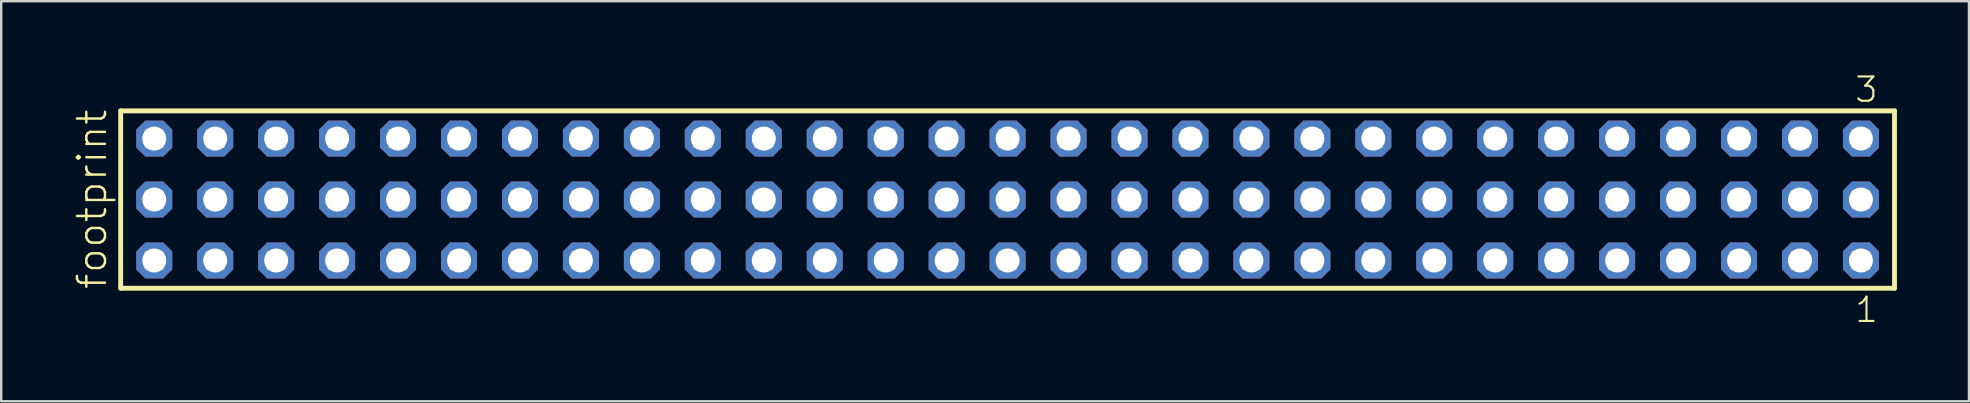
<source format=kicad_pcb>
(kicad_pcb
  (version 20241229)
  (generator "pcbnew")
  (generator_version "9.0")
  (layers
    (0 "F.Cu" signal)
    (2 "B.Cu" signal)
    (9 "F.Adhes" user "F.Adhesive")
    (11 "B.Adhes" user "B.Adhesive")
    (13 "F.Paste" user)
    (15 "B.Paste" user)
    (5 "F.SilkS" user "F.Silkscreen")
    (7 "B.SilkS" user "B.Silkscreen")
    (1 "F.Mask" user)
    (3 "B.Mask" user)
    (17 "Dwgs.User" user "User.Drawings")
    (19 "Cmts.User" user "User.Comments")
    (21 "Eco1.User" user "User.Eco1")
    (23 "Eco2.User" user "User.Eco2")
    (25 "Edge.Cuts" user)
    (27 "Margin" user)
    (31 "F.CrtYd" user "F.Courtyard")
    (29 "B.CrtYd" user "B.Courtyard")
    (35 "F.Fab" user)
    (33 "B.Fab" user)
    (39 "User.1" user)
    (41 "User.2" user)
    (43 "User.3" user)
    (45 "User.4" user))
  (footprint "footprint"
    (layer "F.Cu")
    (at 38.938 5.265)
    (property "Reference" "footprint" (at -37.465 3.81 90) (layer "F.SilkS") (effects (font (size 1.168 1.168) (thickness 0.102)) (justify left bottom)))
    (fp_line (start -36.959 -3.695) (end 36.959 -3.695) (stroke (width 0.203) (type solid)) (layer "F.SilkS"))
    (fp_line (start -36.959 3.695) (end -36.959 -3.695) (stroke (width 0.203) (type solid)) (layer "F.SilkS"))
    (fp_line (start 36.959 -3.695) (end 36.959 3.695) (stroke (width 0.203) (type solid)) (layer "F.SilkS"))
    (fp_line (start 36.959 3.695) (end -36.959 3.695) (stroke (width 0.203) (type solid)) (layer "F.SilkS"))
    (fp_poly (pts (xy -35.91 -2.19) (xy -35.21 -2.19) (xy -35.21 -2.89) (xy -35.91 -2.89)) (stroke (width 0.1) (type solid)) (fill no) (layer "F.Fab"))
    (fp_poly (pts (xy -35.91 0.35) (xy -35.21 0.35) (xy -35.21 -0.35) (xy -35.91 -0.35)) (stroke (width 0.1) (type solid)) (fill no) (layer "F.Fab"))
    (fp_poly (pts (xy -35.91 2.89) (xy -35.21 2.89) (xy -35.21 2.19) (xy -35.91 2.19)) (stroke (width 0.1) (type solid)) (fill no) (layer "F.Fab"))
    (fp_poly (pts (xy -33.37 -2.19) (xy -32.67 -2.19) (xy -32.67 -2.89) (xy -33.37 -2.89)) (stroke (width 0.1) (type solid)) (fill no) (layer "F.Fab"))
    (fp_poly (pts (xy -33.37 0.35) (xy -32.67 0.35) (xy -32.67 -0.35) (xy -33.37 -0.35)) (stroke (width 0.1) (type solid)) (fill no) (layer "F.Fab"))
    (fp_poly (pts (xy -33.37 2.89) (xy -32.67 2.89) (xy -32.67 2.19) (xy -33.37 2.19)) (stroke (width 0.1) (type solid)) (fill no) (layer "F.Fab"))
    (fp_poly (pts (xy -30.83 -2.19) (xy -30.13 -2.19) (xy -30.13 -2.89) (xy -30.83 -2.89)) (stroke (width 0.1) (type solid)) (fill no) (layer "F.Fab"))
    (fp_poly (pts (xy -30.83 0.35) (xy -30.13 0.35) (xy -30.13 -0.35) (xy -30.83 -0.35)) (stroke (width 0.1) (type solid)) (fill no) (layer "F.Fab"))
    (fp_poly (pts (xy -30.83 2.89) (xy -30.13 2.89) (xy -30.13 2.19) (xy -30.83 2.19)) (stroke (width 0.1) (type solid)) (fill no) (layer "F.Fab"))
    (fp_poly (pts (xy -28.29 -2.19) (xy -27.59 -2.19) (xy -27.59 -2.89) (xy -28.29 -2.89)) (stroke (width 0.1) (type solid)) (fill no) (layer "F.Fab"))
    (fp_poly (pts (xy -28.29 0.35) (xy -27.59 0.35) (xy -27.59 -0.35) (xy -28.29 -0.35)) (stroke (width 0.1) (type solid)) (fill no) (layer "F.Fab"))
    (fp_poly (pts (xy -28.29 2.89) (xy -27.59 2.89) (xy -27.59 2.19) (xy -28.29 2.19)) (stroke (width 0.1) (type solid)) (fill no) (layer "F.Fab"))
    (fp_poly (pts (xy -25.75 -2.19) (xy -25.05 -2.19) (xy -25.05 -2.89) (xy -25.75 -2.89)) (stroke (width 0.1) (type solid)) (fill no) (layer "F.Fab"))
    (fp_poly (pts (xy -25.75 0.35) (xy -25.05 0.35) (xy -25.05 -0.35) (xy -25.75 -0.35)) (stroke (width 0.1) (type solid)) (fill no) (layer "F.Fab"))
    (fp_poly (pts (xy -25.75 2.89) (xy -25.05 2.89) (xy -25.05 2.19) (xy -25.75 2.19)) (stroke (width 0.1) (type solid)) (fill no) (layer "F.Fab"))
    (fp_poly (pts (xy -23.21 -2.19) (xy -22.51 -2.19) (xy -22.51 -2.89) (xy -23.21 -2.89)) (stroke (width 0.1) (type solid)) (fill no) (layer "F.Fab"))
    (fp_poly (pts (xy -23.21 0.35) (xy -22.51 0.35) (xy -22.51 -0.35) (xy -23.21 -0.35)) (stroke (width 0.1) (type solid)) (fill no) (layer "F.Fab"))
    (fp_poly (pts (xy -23.21 2.89) (xy -22.51 2.89) (xy -22.51 2.19) (xy -23.21 2.19)) (stroke (width 0.1) (type solid)) (fill no) (layer "F.Fab"))
    (fp_poly (pts (xy -20.67 -2.19) (xy -19.97 -2.19) (xy -19.97 -2.89) (xy -20.67 -2.89)) (stroke (width 0.1) (type solid)) (fill no) (layer "F.Fab"))
    (fp_poly (pts (xy -20.67 0.35) (xy -19.97 0.35) (xy -19.97 -0.35) (xy -20.67 -0.35)) (stroke (width 0.1) (type solid)) (fill no) (layer "F.Fab"))
    (fp_poly (pts (xy -20.67 2.89) (xy -19.97 2.89) (xy -19.97 2.19) (xy -20.67 2.19)) (stroke (width 0.1) (type solid)) (fill no) (layer "F.Fab"))
    (fp_poly (pts (xy -18.13 -2.19) (xy -17.43 -2.19) (xy -17.43 -2.89) (xy -18.13 -2.89)) (stroke (width 0.1) (type solid)) (fill no) (layer "F.Fab"))
    (fp_poly (pts (xy -18.13 0.35) (xy -17.43 0.35) (xy -17.43 -0.35) (xy -18.13 -0.35)) (stroke (width 0.1) (type solid)) (fill no) (layer "F.Fab"))
    (fp_poly (pts (xy -18.13 2.89) (xy -17.43 2.89) (xy -17.43 2.19) (xy -18.13 2.19)) (stroke (width 0.1) (type solid)) (fill no) (layer "F.Fab"))
    (fp_poly (pts (xy -15.59 -2.19) (xy -14.89 -2.19) (xy -14.89 -2.89) (xy -15.59 -2.89)) (stroke (width 0.1) (type solid)) (fill no) (layer "F.Fab"))
    (fp_poly (pts (xy -15.59 0.35) (xy -14.89 0.35) (xy -14.89 -0.35) (xy -15.59 -0.35)) (stroke (width 0.1) (type solid)) (fill no) (layer "F.Fab"))
    (fp_poly (pts (xy -15.59 2.89) (xy -14.89 2.89) (xy -14.89 2.19) (xy -15.59 2.19)) (stroke (width 0.1) (type solid)) (fill no) (layer "F.Fab"))
    (fp_poly (pts (xy -13.05 -2.19) (xy -12.35 -2.19) (xy -12.35 -2.89) (xy -13.05 -2.89)) (stroke (width 0.1) (type solid)) (fill no) (layer "F.Fab"))
    (fp_poly (pts (xy -13.05 0.35) (xy -12.35 0.35) (xy -12.35 -0.35) (xy -13.05 -0.35)) (stroke (width 0.1) (type solid)) (fill no) (layer "F.Fab"))
    (fp_poly (pts (xy -13.05 2.89) (xy -12.35 2.89) (xy -12.35 2.19) (xy -13.05 2.19)) (stroke (width 0.1) (type solid)) (fill no) (layer "F.Fab"))
    (fp_poly (pts (xy -10.51 -2.19) (xy -9.81 -2.19) (xy -9.81 -2.89) (xy -10.51 -2.89)) (stroke (width 0.1) (type solid)) (fill no) (layer "F.Fab"))
    (fp_poly (pts (xy -10.51 0.35) (xy -9.81 0.35) (xy -9.81 -0.35) (xy -10.51 -0.35)) (stroke (width 0.1) (type solid)) (fill no) (layer "F.Fab"))
    (fp_poly (pts (xy -10.51 2.89) (xy -9.81 2.89) (xy -9.81 2.19) (xy -10.51 2.19)) (stroke (width 0.1) (type solid)) (fill no) (layer "F.Fab"))
    (fp_poly (pts (xy -7.97 -2.19) (xy -7.27 -2.19) (xy -7.27 -2.89) (xy -7.97 -2.89)) (stroke (width 0.1) (type solid)) (fill no) (layer "F.Fab"))
    (fp_poly (pts (xy -7.97 0.35) (xy -7.27 0.35) (xy -7.27 -0.35) (xy -7.97 -0.35)) (stroke (width 0.1) (type solid)) (fill no) (layer "F.Fab"))
    (fp_poly (pts (xy -7.97 2.89) (xy -7.27 2.89) (xy -7.27 2.19) (xy -7.97 2.19)) (stroke (width 0.1) (type solid)) (fill no) (layer "F.Fab"))
    (fp_poly (pts (xy -5.43 -2.19) (xy -4.73 -2.19) (xy -4.73 -2.89) (xy -5.43 -2.89)) (stroke (width 0.1) (type solid)) (fill no) (layer "F.Fab"))
    (fp_poly (pts (xy -5.43 0.35) (xy -4.73 0.35) (xy -4.73 -0.35) (xy -5.43 -0.35)) (stroke (width 0.1) (type solid)) (fill no) (layer "F.Fab"))
    (fp_poly (pts (xy -5.43 2.89) (xy -4.73 2.89) (xy -4.73 2.19) (xy -5.43 2.19)) (stroke (width 0.1) (type solid)) (fill no) (layer "F.Fab"))
    (fp_poly (pts (xy -2.89 -2.19) (xy -2.19 -2.19) (xy -2.19 -2.89) (xy -2.89 -2.89)) (stroke (width 0.1) (type solid)) (fill no) (layer "F.Fab"))
    (fp_poly (pts (xy -2.89 0.35) (xy -2.19 0.35) (xy -2.19 -0.35) (xy -2.89 -0.35)) (stroke (width 0.1) (type solid)) (fill no) (layer "F.Fab"))
    (fp_poly (pts (xy -2.89 2.89) (xy -2.19 2.89) (xy -2.19 2.19) (xy -2.89 2.19)) (stroke (width 0.1) (type solid)) (fill no) (layer "F.Fab"))
    (fp_poly (pts (xy -0.35 -2.19) (xy 0.35 -2.19) (xy 0.35 -2.89) (xy -0.35 -2.89)) (stroke (width 0.1) (type solid)) (fill no) (layer "F.Fab"))
    (fp_poly (pts (xy -0.35 0.35) (xy 0.35 0.35) (xy 0.35 -0.35) (xy -0.35 -0.35)) (stroke (width 0.1) (type solid)) (fill no) (layer "F.Fab"))
    (fp_poly (pts (xy -0.35 2.89) (xy 0.35 2.89) (xy 0.35 2.19) (xy -0.35 2.19)) (stroke (width 0.1) (type solid)) (fill no) (layer "F.Fab"))
    (fp_poly (pts (xy 2.19 -2.19) (xy 2.89 -2.19) (xy 2.89 -2.89) (xy 2.19 -2.89)) (stroke (width 0.1) (type solid)) (fill no) (layer "F.Fab"))
    (fp_poly (pts (xy 2.19 0.35) (xy 2.89 0.35) (xy 2.89 -0.35) (xy 2.19 -0.35)) (stroke (width 0.1) (type solid)) (fill no) (layer "F.Fab"))
    (fp_poly (pts (xy 2.19 2.89) (xy 2.89 2.89) (xy 2.89 2.19) (xy 2.19 2.19)) (stroke (width 0.1) (type solid)) (fill no) (layer "F.Fab"))
    (fp_poly (pts (xy 4.73 -2.19) (xy 5.43 -2.19) (xy 5.43 -2.89) (xy 4.73 -2.89)) (stroke (width 0.1) (type solid)) (fill no) (layer "F.Fab"))
    (fp_poly (pts (xy 4.73 0.35) (xy 5.43 0.35) (xy 5.43 -0.35) (xy 4.73 -0.35)) (stroke (width 0.1) (type solid)) (fill no) (layer "F.Fab"))
    (fp_poly (pts (xy 4.73 2.89) (xy 5.43 2.89) (xy 5.43 2.19) (xy 4.73 2.19)) (stroke (width 0.1) (type solid)) (fill no) (layer "F.Fab"))
    (fp_poly (pts (xy 7.27 -2.19) (xy 7.97 -2.19) (xy 7.97 -2.89) (xy 7.27 -2.89)) (stroke (width 0.1) (type solid)) (fill no) (layer "F.Fab"))
    (fp_poly (pts (xy 7.27 0.35) (xy 7.97 0.35) (xy 7.97 -0.35) (xy 7.27 -0.35)) (stroke (width 0.1) (type solid)) (fill no) (layer "F.Fab"))
    (fp_poly (pts (xy 7.27 2.89) (xy 7.97 2.89) (xy 7.97 2.19) (xy 7.27 2.19)) (stroke (width 0.1) (type solid)) (fill no) (layer "F.Fab"))
    (fp_poly (pts (xy 9.81 -2.19) (xy 10.51 -2.19) (xy 10.51 -2.89) (xy 9.81 -2.89)) (stroke (width 0.1) (type solid)) (fill no) (layer "F.Fab"))
    (fp_poly (pts (xy 9.81 0.35) (xy 10.51 0.35) (xy 10.51 -0.35) (xy 9.81 -0.35)) (stroke (width 0.1) (type solid)) (fill no) (layer "F.Fab"))
    (fp_poly (pts (xy 9.81 2.89) (xy 10.51 2.89) (xy 10.51 2.19) (xy 9.81 2.19)) (stroke (width 0.1) (type solid)) (fill no) (layer "F.Fab"))
    (fp_poly (pts (xy 12.35 -2.19) (xy 13.05 -2.19) (xy 13.05 -2.89) (xy 12.35 -2.89)) (stroke (width 0.1) (type solid)) (fill no) (layer "F.Fab"))
    (fp_poly (pts (xy 12.35 0.35) (xy 13.05 0.35) (xy 13.05 -0.35) (xy 12.35 -0.35)) (stroke (width 0.1) (type solid)) (fill no) (layer "F.Fab"))
    (fp_poly (pts (xy 12.35 2.89) (xy 13.05 2.89) (xy 13.05 2.19) (xy 12.35 2.19)) (stroke (width 0.1) (type solid)) (fill no) (layer "F.Fab"))
    (fp_poly (pts (xy 14.89 -2.19) (xy 15.59 -2.19) (xy 15.59 -2.89) (xy 14.89 -2.89)) (stroke (width 0.1) (type solid)) (fill no) (layer "F.Fab"))
    (fp_poly (pts (xy 14.89 0.35) (xy 15.59 0.35) (xy 15.59 -0.35) (xy 14.89 -0.35)) (stroke (width 0.1) (type solid)) (fill no) (layer "F.Fab"))
    (fp_poly (pts (xy 14.89 2.89) (xy 15.59 2.89) (xy 15.59 2.19) (xy 14.89 2.19)) (stroke (width 0.1) (type solid)) (fill no) (layer "F.Fab"))
    (fp_poly (pts (xy 17.43 -2.19) (xy 18.13 -2.19) (xy 18.13 -2.89) (xy 17.43 -2.89)) (stroke (width 0.1) (type solid)) (fill no) (layer "F.Fab"))
    (fp_poly (pts (xy 17.43 0.35) (xy 18.13 0.35) (xy 18.13 -0.35) (xy 17.43 -0.35)) (stroke (width 0.1) (type solid)) (fill no) (layer "F.Fab"))
    (fp_poly (pts (xy 17.43 2.89) (xy 18.13 2.89) (xy 18.13 2.19) (xy 17.43 2.19)) (stroke (width 0.1) (type solid)) (fill no) (layer "F.Fab"))
    (fp_poly (pts (xy 19.97 -2.19) (xy 20.67 -2.19) (xy 20.67 -2.89) (xy 19.97 -2.89)) (stroke (width 0.1) (type solid)) (fill no) (layer "F.Fab"))
    (fp_poly (pts (xy 19.97 0.35) (xy 20.67 0.35) (xy 20.67 -0.35) (xy 19.97 -0.35)) (stroke (width 0.1) (type solid)) (fill no) (layer "F.Fab"))
    (fp_poly (pts (xy 19.97 2.89) (xy 20.67 2.89) (xy 20.67 2.19) (xy 19.97 2.19)) (stroke (width 0.1) (type solid)) (fill no) (layer "F.Fab"))
    (fp_poly (pts (xy 22.51 -2.19) (xy 23.21 -2.19) (xy 23.21 -2.89) (xy 22.51 -2.89)) (stroke (width 0.1) (type solid)) (fill no) (layer "F.Fab"))
    (fp_poly (pts (xy 22.51 0.35) (xy 23.21 0.35) (xy 23.21 -0.35) (xy 22.51 -0.35)) (stroke (width 0.1) (type solid)) (fill no) (layer "F.Fab"))
    (fp_poly (pts (xy 22.51 2.89) (xy 23.21 2.89) (xy 23.21 2.19) (xy 22.51 2.19)) (stroke (width 0.1) (type solid)) (fill no) (layer "F.Fab"))
    (fp_poly (pts (xy 25.05 -2.19) (xy 25.75 -2.19) (xy 25.75 -2.89) (xy 25.05 -2.89)) (stroke (width 0.1) (type solid)) (fill no) (layer "F.Fab"))
    (fp_poly (pts (xy 25.05 0.35) (xy 25.75 0.35) (xy 25.75 -0.35) (xy 25.05 -0.35)) (stroke (width 0.1) (type solid)) (fill no) (layer "F.Fab"))
    (fp_poly (pts (xy 25.05 2.89) (xy 25.75 2.89) (xy 25.75 2.19) (xy 25.05 2.19)) (stroke (width 0.1) (type solid)) (fill no) (layer "F.Fab"))
    (fp_poly (pts (xy 27.59 -2.19) (xy 28.29 -2.19) (xy 28.29 -2.89) (xy 27.59 -2.89)) (stroke (width 0.1) (type solid)) (fill no) (layer "F.Fab"))
    (fp_poly (pts (xy 27.59 0.35) (xy 28.29 0.35) (xy 28.29 -0.35) (xy 27.59 -0.35)) (stroke (width 0.1) (type solid)) (fill no) (layer "F.Fab"))
    (fp_poly (pts (xy 27.59 2.89) (xy 28.29 2.89) (xy 28.29 2.19) (xy 27.59 2.19)) (stroke (width 0.1) (type solid)) (fill no) (layer "F.Fab"))
    (fp_poly (pts (xy 30.13 -2.19) (xy 30.83 -2.19) (xy 30.83 -2.89) (xy 30.13 -2.89)) (stroke (width 0.1) (type solid)) (fill no) (layer "F.Fab"))
    (fp_poly (pts (xy 30.13 0.35) (xy 30.83 0.35) (xy 30.83 -0.35) (xy 30.13 -0.35)) (stroke (width 0.1) (type solid)) (fill no) (layer "F.Fab"))
    (fp_poly (pts (xy 30.13 2.89) (xy 30.83 2.89) (xy 30.83 2.19) (xy 30.13 2.19)) (stroke (width 0.1) (type solid)) (fill no) (layer "F.Fab"))
    (fp_poly (pts (xy 32.67 -2.19) (xy 33.37 -2.19) (xy 33.37 -2.89) (xy 32.67 -2.89)) (stroke (width 0.1) (type solid)) (fill no) (layer "F.Fab"))
    (fp_poly (pts (xy 32.67 0.35) (xy 33.37 0.35) (xy 33.37 -0.35) (xy 32.67 -0.35)) (stroke (width 0.1) (type solid)) (fill no) (layer "F.Fab"))
    (fp_poly (pts (xy 32.67 2.89) (xy 33.37 2.89) (xy 33.37 2.19) (xy 32.67 2.19)) (stroke (width 0.1) (type solid)) (fill no) (layer "F.Fab"))
    (fp_poly (pts (xy 35.21 -2.19) (xy 35.91 -2.19) (xy 35.91 -2.89) (xy 35.21 -2.89)) (stroke (width 0.1) (type solid)) (fill no) (layer "F.Fab"))
    (fp_poly (pts (xy 35.21 0.35) (xy 35.91 0.35) (xy 35.91 -0.35) (xy 35.21 -0.35)) (stroke (width 0.1) (type solid)) (fill no) (layer "F.Fab"))
    (fp_poly (pts (xy 35.21 2.89) (xy 35.91 2.89) (xy 35.91 2.19) (xy 35.21 2.19)) (stroke (width 0.1) (type solid)) (fill no) (layer "F.Fab"))
    (fp_text user "3" (at 35.248 -3.989 0) (layer "F.SilkS") (effects (font (size 1.012 1.012) (thickness 0.088)) (justify left bottom)))
    (fp_text user "1" (at 35.252 5.188 0) (layer "F.SilkS") (effects (font (size 1.012 1.012) (thickness 0.088)) (justify left bottom)))
    (pad "1" thru_hole roundrect (at 35.56 2.54 180) (size 1.5 1.5) (drill 1) (layers "*.Cu" "*.Mask") (roundrect_rratio 0.25) (chamfer_ratio 0.25) (chamfer top_left top_right bottom_left bottom_right))
    (pad "2" thru_hole roundrect (at 35.56 0 180) (size 1.5 1.5) (drill 1) (layers "*.Cu" "*.Mask") (roundrect_rratio 0.25) (chamfer_ratio 0.25) (chamfer top_left top_right bottom_left bottom_right))
    (pad "3" thru_hole roundrect (at 35.56 -2.54 180) (size 1.5 1.5) (drill 1) (layers "*.Cu" "*.Mask") (roundrect_rratio 0.25) (chamfer_ratio 0.25) (chamfer top_left top_right bottom_left bottom_right))
    (pad "4" thru_hole roundrect (at 33.02 2.54 180) (size 1.5 1.5) (drill 1) (layers "*.Cu" "*.Mask") (roundrect_rratio 0.25) (chamfer_ratio 0.25) (chamfer top_left top_right bottom_left bottom_right))
    (pad "5" thru_hole roundrect (at 33.02 0 180) (size 1.5 1.5) (drill 1) (layers "*.Cu" "*.Mask") (roundrect_rratio 0.25) (chamfer_ratio 0.25) (chamfer top_left top_right bottom_left bottom_right))
    (pad "6" thru_hole roundrect (at 33.02 -2.54 180) (size 1.5 1.5) (drill 1) (layers "*.Cu" "*.Mask") (roundrect_rratio 0.25) (chamfer_ratio 0.25) (chamfer top_left top_right bottom_left bottom_right))
    (pad "7" thru_hole roundrect (at 30.48 2.54 180) (size 1.5 1.5) (drill 1) (layers "*.Cu" "*.Mask") (roundrect_rratio 0.25) (chamfer_ratio 0.25) (chamfer top_left top_right bottom_left bottom_right))
    (pad "8" thru_hole roundrect (at 30.48 0 180) (size 1.5 1.5) (drill 1) (layers "*.Cu" "*.Mask") (roundrect_rratio 0.25) (chamfer_ratio 0.25) (chamfer top_left top_right bottom_left bottom_right))
    (pad "9" thru_hole roundrect (at 30.48 -2.54 180) (size 1.5 1.5) (drill 1) (layers "*.Cu" "*.Mask") (roundrect_rratio 0.25) (chamfer_ratio 0.25) (chamfer top_left top_right bottom_left bottom_right))
    (pad "10" thru_hole roundrect (at 27.94 2.54 180) (size 1.5 1.5) (drill 1) (layers "*.Cu" "*.Mask") (roundrect_rratio 0.25) (chamfer_ratio 0.25) (chamfer top_left top_right bottom_left bottom_right))
    (pad "11" thru_hole roundrect (at 27.94 0 180) (size 1.5 1.5) (drill 1) (layers "*.Cu" "*.Mask") (roundrect_rratio 0.25) (chamfer_ratio 0.25) (chamfer top_left top_right bottom_left bottom_right))
    (pad "12" thru_hole roundrect (at 27.94 -2.54 180) (size 1.5 1.5) (drill 1) (layers "*.Cu" "*.Mask") (roundrect_rratio 0.25) (chamfer_ratio 0.25) (chamfer top_left top_right bottom_left bottom_right))
    (pad "13" thru_hole roundrect (at 25.4 2.54 180) (size 1.5 1.5) (drill 1) (layers "*.Cu" "*.Mask") (roundrect_rratio 0.25) (chamfer_ratio 0.25) (chamfer top_left top_right bottom_left bottom_right))
    (pad "14" thru_hole roundrect (at 25.4 0 180) (size 1.5 1.5) (drill 1) (layers "*.Cu" "*.Mask") (roundrect_rratio 0.25) (chamfer_ratio 0.25) (chamfer top_left top_right bottom_left bottom_right))
    (pad "15" thru_hole roundrect (at 25.4 -2.54 180) (size 1.5 1.5) (drill 1) (layers "*.Cu" "*.Mask") (roundrect_rratio 0.25) (chamfer_ratio 0.25) (chamfer top_left top_right bottom_left bottom_right))
    (pad "16" thru_hole roundrect (at 22.86 2.54 180) (size 1.5 1.5) (drill 1) (layers "*.Cu" "*.Mask") (roundrect_rratio 0.25) (chamfer_ratio 0.25) (chamfer top_left top_right bottom_left bottom_right))
    (pad "17" thru_hole roundrect (at 22.86 0 180) (size 1.5 1.5) (drill 1) (layers "*.Cu" "*.Mask") (roundrect_rratio 0.25) (chamfer_ratio 0.25) (chamfer top_left top_right bottom_left bottom_right))
    (pad "18" thru_hole roundrect (at 22.86 -2.54 180) (size 1.5 1.5) (drill 1) (layers "*.Cu" "*.Mask") (roundrect_rratio 0.25) (chamfer_ratio 0.25) (chamfer top_left top_right bottom_left bottom_right))
    (pad "19" thru_hole roundrect (at 20.32 2.54 180) (size 1.5 1.5) (drill 1) (layers "*.Cu" "*.Mask") (roundrect_rratio 0.25) (chamfer_ratio 0.25) (chamfer top_left top_right bottom_left bottom_right))
    (pad "20" thru_hole roundrect (at 20.32 0 180) (size 1.5 1.5) (drill 1) (layers "*.Cu" "*.Mask") (roundrect_rratio 0.25) (chamfer_ratio 0.25) (chamfer top_left top_right bottom_left bottom_right))
    (pad "21" thru_hole roundrect (at 20.32 -2.54 180) (size 1.5 1.5) (drill 1) (layers "*.Cu" "*.Mask") (roundrect_rratio 0.25) (chamfer_ratio 0.25) (chamfer top_left top_right bottom_left bottom_right))
    (pad "22" thru_hole roundrect (at 17.78 2.54 180) (size 1.5 1.5) (drill 1) (layers "*.Cu" "*.Mask") (roundrect_rratio 0.25) (chamfer_ratio 0.25) (chamfer top_left top_right bottom_left bottom_right))
    (pad "23" thru_hole roundrect (at 17.78 0 180) (size 1.5 1.5) (drill 1) (layers "*.Cu" "*.Mask") (roundrect_rratio 0.25) (chamfer_ratio 0.25) (chamfer top_left top_right bottom_left bottom_right))
    (pad "24" thru_hole roundrect (at 17.78 -2.54 180) (size 1.5 1.5) (drill 1) (layers "*.Cu" "*.Mask") (roundrect_rratio 0.25) (chamfer_ratio 0.25) (chamfer top_left top_right bottom_left bottom_right))
    (pad "25" thru_hole roundrect (at 15.24 2.54 180) (size 1.5 1.5) (drill 1) (layers "*.Cu" "*.Mask") (roundrect_rratio 0.25) (chamfer_ratio 0.25) (chamfer top_left top_right bottom_left bottom_right))
    (pad "26" thru_hole roundrect (at 15.24 0 180) (size 1.5 1.5) (drill 1) (layers "*.Cu" "*.Mask") (roundrect_rratio 0.25) (chamfer_ratio 0.25) (chamfer top_left top_right bottom_left bottom_right))
    (pad "27" thru_hole roundrect (at 15.24 -2.54 180) (size 1.5 1.5) (drill 1) (layers "*.Cu" "*.Mask") (roundrect_rratio 0.25) (chamfer_ratio 0.25) (chamfer top_left top_right bottom_left bottom_right))
    (pad "28" thru_hole roundrect (at 12.7 2.54 180) (size 1.5 1.5) (drill 1) (layers "*.Cu" "*.Mask") (roundrect_rratio 0.25) (chamfer_ratio 0.25) (chamfer top_left top_right bottom_left bottom_right))
    (pad "29" thru_hole roundrect (at 12.7 0 180) (size 1.5 1.5) (drill 1) (layers "*.Cu" "*.Mask") (roundrect_rratio 0.25) (chamfer_ratio 0.25) (chamfer top_left top_right bottom_left bottom_right))
    (pad "30" thru_hole roundrect (at 12.7 -2.54 180) (size 1.5 1.5) (drill 1) (layers "*.Cu" "*.Mask") (roundrect_rratio 0.25) (chamfer_ratio 0.25) (chamfer top_left top_right bottom_left bottom_right))
    (pad "31" thru_hole roundrect (at 10.16 2.54 180) (size 1.5 1.5) (drill 1) (layers "*.Cu" "*.Mask") (roundrect_rratio 0.25) (chamfer_ratio 0.25) (chamfer top_left top_right bottom_left bottom_right))
    (pad "32" thru_hole roundrect (at 10.16 0 180) (size 1.5 1.5) (drill 1) (layers "*.Cu" "*.Mask") (roundrect_rratio 0.25) (chamfer_ratio 0.25) (chamfer top_left top_right bottom_left bottom_right))
    (pad "33" thru_hole roundrect (at 10.16 -2.54 180) (size 1.5 1.5) (drill 1) (layers "*.Cu" "*.Mask") (roundrect_rratio 0.25) (chamfer_ratio 0.25) (chamfer top_left top_right bottom_left bottom_right))
    (pad "34" thru_hole roundrect (at 7.62 2.54 180) (size 1.5 1.5) (drill 1) (layers "*.Cu" "*.Mask") (roundrect_rratio 0.25) (chamfer_ratio 0.25) (chamfer top_left top_right bottom_left bottom_right))
    (pad "35" thru_hole roundrect (at 7.62 0 180) (size 1.5 1.5) (drill 1) (layers "*.Cu" "*.Mask") (roundrect_rratio 0.25) (chamfer_ratio 0.25) (chamfer top_left top_right bottom_left bottom_right))
    (pad "36" thru_hole roundrect (at 7.62 -2.54 180) (size 1.5 1.5) (drill 1) (layers "*.Cu" "*.Mask") (roundrect_rratio 0.25) (chamfer_ratio 0.25) (chamfer top_left top_right bottom_left bottom_right))
    (pad "37" thru_hole roundrect (at 5.08 2.54 180) (size 1.5 1.5) (drill 1) (layers "*.Cu" "*.Mask") (roundrect_rratio 0.25) (chamfer_ratio 0.25) (chamfer top_left top_right bottom_left bottom_right))
    (pad "38" thru_hole roundrect (at 5.08 0 180) (size 1.5 1.5) (drill 1) (layers "*.Cu" "*.Mask") (roundrect_rratio 0.25) (chamfer_ratio 0.25) (chamfer top_left top_right bottom_left bottom_right))
    (pad "39" thru_hole roundrect (at 5.08 -2.54 180) (size 1.5 1.5) (drill 1) (layers "*.Cu" "*.Mask") (roundrect_rratio 0.25) (chamfer_ratio 0.25) (chamfer top_left top_right bottom_left bottom_right))
    (pad "40" thru_hole roundrect (at 2.54 2.54 180) (size 1.5 1.5) (drill 1) (layers "*.Cu" "*.Mask") (roundrect_rratio 0.25) (chamfer_ratio 0.25) (chamfer top_left top_right bottom_left bottom_right))
    (pad "41" thru_hole roundrect (at 2.54 0 180) (size 1.5 1.5) (drill 1) (layers "*.Cu" "*.Mask") (roundrect_rratio 0.25) (chamfer_ratio 0.25) (chamfer top_left top_right bottom_left bottom_right))
    (pad "42" thru_hole roundrect (at 2.54 -2.54 180) (size 1.5 1.5) (drill 1) (layers "*.Cu" "*.Mask") (roundrect_rratio 0.25) (chamfer_ratio 0.25) (chamfer top_left top_right bottom_left bottom_right))
    (pad "43" thru_hole roundrect (at 0 2.54 180) (size 1.5 1.5) (drill 1) (layers "*.Cu" "*.Mask") (roundrect_rratio 0.25) (chamfer_ratio 0.25) (chamfer top_left top_right bottom_left bottom_right))
    (pad "44" thru_hole roundrect (at 0 0 180) (size 1.5 1.5) (drill 1) (layers "*.Cu" "*.Mask") (roundrect_rratio 0.25) (chamfer_ratio 0.25) (chamfer top_left top_right bottom_left bottom_right))
    (pad "45" thru_hole roundrect (at 0 -2.54 180) (size 1.5 1.5) (drill 1) (layers "*.Cu" "*.Mask") (roundrect_rratio 0.25) (chamfer_ratio 0.25) (chamfer top_left top_right bottom_left bottom_right))
    (pad "46" thru_hole roundrect (at -2.54 2.54 180) (size 1.5 1.5) (drill 1) (layers "*.Cu" "*.Mask") (roundrect_rratio 0.25) (chamfer_ratio 0.25) (chamfer top_left top_right bottom_left bottom_right))
    (pad "47" thru_hole roundrect (at -2.54 0 180) (size 1.5 1.5) (drill 1) (layers "*.Cu" "*.Mask") (roundrect_rratio 0.25) (chamfer_ratio 0.25) (chamfer top_left top_right bottom_left bottom_right))
    (pad "48" thru_hole roundrect (at -2.54 -2.54 180) (size 1.5 1.5) (drill 1) (layers "*.Cu" "*.Mask") (roundrect_rratio 0.25) (chamfer_ratio 0.25) (chamfer top_left top_right bottom_left bottom_right))
    (pad "49" thru_hole roundrect (at -5.08 2.54 180) (size 1.5 1.5) (drill 1) (layers "*.Cu" "*.Mask") (roundrect_rratio 0.25) (chamfer_ratio 0.25) (chamfer top_left top_right bottom_left bottom_right))
    (pad "50" thru_hole roundrect (at -5.08 0 180) (size 1.5 1.5) (drill 1) (layers "*.Cu" "*.Mask") (roundrect_rratio 0.25) (chamfer_ratio 0.25) (chamfer top_left top_right bottom_left bottom_right))
    (pad "51" thru_hole roundrect (at -5.08 -2.54 180) (size 1.5 1.5) (drill 1) (layers "*.Cu" "*.Mask") (roundrect_rratio 0.25) (chamfer_ratio 0.25) (chamfer top_left top_right bottom_left bottom_right))
    (pad "52" thru_hole roundrect (at -7.62 2.54 180) (size 1.5 1.5) (drill 1) (layers "*.Cu" "*.Mask") (roundrect_rratio 0.25) (chamfer_ratio 0.25) (chamfer top_left top_right bottom_left bottom_right))
    (pad "53" thru_hole roundrect (at -7.62 0 180) (size 1.5 1.5) (drill 1) (layers "*.Cu" "*.Mask") (roundrect_rratio 0.25) (chamfer_ratio 0.25) (chamfer top_left top_right bottom_left bottom_right))
    (pad "54" thru_hole roundrect (at -7.62 -2.54 180) (size 1.5 1.5) (drill 1) (layers "*.Cu" "*.Mask") (roundrect_rratio 0.25) (chamfer_ratio 0.25) (chamfer top_left top_right bottom_left bottom_right))
    (pad "55" thru_hole roundrect (at -10.16 2.54 180) (size 1.5 1.5) (drill 1) (layers "*.Cu" "*.Mask") (roundrect_rratio 0.25) (chamfer_ratio 0.25) (chamfer top_left top_right bottom_left bottom_right))
    (pad "56" thru_hole roundrect (at -10.16 0 180) (size 1.5 1.5) (drill 1) (layers "*.Cu" "*.Mask") (roundrect_rratio 0.25) (chamfer_ratio 0.25) (chamfer top_left top_right bottom_left bottom_right))
    (pad "57" thru_hole roundrect (at -10.16 -2.54 180) (size 1.5 1.5) (drill 1) (layers "*.Cu" "*.Mask") (roundrect_rratio 0.25) (chamfer_ratio 0.25) (chamfer top_left top_right bottom_left bottom_right))
    (pad "58" thru_hole roundrect (at -12.7 2.54 180) (size 1.5 1.5) (drill 1) (layers "*.Cu" "*.Mask") (roundrect_rratio 0.25) (chamfer_ratio 0.25) (chamfer top_left top_right bottom_left bottom_right))
    (pad "59" thru_hole roundrect (at -12.7 0 180) (size 1.5 1.5) (drill 1) (layers "*.Cu" "*.Mask") (roundrect_rratio 0.25) (chamfer_ratio 0.25) (chamfer top_left top_right bottom_left bottom_right))
    (pad "60" thru_hole roundrect (at -12.7 -2.54 180) (size 1.5 1.5) (drill 1) (layers "*.Cu" "*.Mask") (roundrect_rratio 0.25) (chamfer_ratio 0.25) (chamfer top_left top_right bottom_left bottom_right))
    (pad "61" thru_hole roundrect (at -15.24 2.54 180) (size 1.5 1.5) (drill 1) (layers "*.Cu" "*.Mask") (roundrect_rratio 0.25) (chamfer_ratio 0.25) (chamfer top_left top_right bottom_left bottom_right))
    (pad "62" thru_hole roundrect (at -15.24 0 180) (size 1.5 1.5) (drill 1) (layers "*.Cu" "*.Mask") (roundrect_rratio 0.25) (chamfer_ratio 0.25) (chamfer top_left top_right bottom_left bottom_right))
    (pad "63" thru_hole roundrect (at -15.24 -2.54 180) (size 1.5 1.5) (drill 1) (layers "*.Cu" "*.Mask") (roundrect_rratio 0.25) (chamfer_ratio 0.25) (chamfer top_left top_right bottom_left bottom_right))
    (pad "64" thru_hole roundrect (at -17.78 2.54 180) (size 1.5 1.5) (drill 1) (layers "*.Cu" "*.Mask") (roundrect_rratio 0.25) (chamfer_ratio 0.25) (chamfer top_left top_right bottom_left bottom_right))
    (pad "65" thru_hole roundrect (at -17.78 0 180) (size 1.5 1.5) (drill 1) (layers "*.Cu" "*.Mask") (roundrect_rratio 0.25) (chamfer_ratio 0.25) (chamfer top_left top_right bottom_left bottom_right))
    (pad "66" thru_hole roundrect (at -17.78 -2.54 180) (size 1.5 1.5) (drill 1) (layers "*.Cu" "*.Mask") (roundrect_rratio 0.25) (chamfer_ratio 0.25) (chamfer top_left top_right bottom_left bottom_right))
    (pad "67" thru_hole roundrect (at -20.32 2.54 180) (size 1.5 1.5) (drill 1) (layers "*.Cu" "*.Mask") (roundrect_rratio 0.25) (chamfer_ratio 0.25) (chamfer top_left top_right bottom_left bottom_right))
    (pad "68" thru_hole roundrect (at -20.32 0 180) (size 1.5 1.5) (drill 1) (layers "*.Cu" "*.Mask") (roundrect_rratio 0.25) (chamfer_ratio 0.25) (chamfer top_left top_right bottom_left bottom_right))
    (pad "69" thru_hole roundrect (at -20.32 -2.54 180) (size 1.5 1.5) (drill 1) (layers "*.Cu" "*.Mask") (roundrect_rratio 0.25) (chamfer_ratio 0.25) (chamfer top_left top_right bottom_left bottom_right))
    (pad "70" thru_hole roundrect (at -22.86 2.54 180) (size 1.5 1.5) (drill 1) (layers "*.Cu" "*.Mask") (roundrect_rratio 0.25) (chamfer_ratio 0.25) (chamfer top_left top_right bottom_left bottom_right))
    (pad "71" thru_hole roundrect (at -22.86 0 180) (size 1.5 1.5) (drill 1) (layers "*.Cu" "*.Mask") (roundrect_rratio 0.25) (chamfer_ratio 0.25) (chamfer top_left top_right bottom_left bottom_right))
    (pad "72" thru_hole roundrect (at -22.86 -2.54 180) (size 1.5 1.5) (drill 1) (layers "*.Cu" "*.Mask") (roundrect_rratio 0.25) (chamfer_ratio 0.25) (chamfer top_left top_right bottom_left bottom_right))
    (pad "73" thru_hole roundrect (at -25.4 2.54 180) (size 1.5 1.5) (drill 1) (layers "*.Cu" "*.Mask") (roundrect_rratio 0.25) (chamfer_ratio 0.25) (chamfer top_left top_right bottom_left bottom_right))
    (pad "74" thru_hole roundrect (at -25.4 0 180) (size 1.5 1.5) (drill 1) (layers "*.Cu" "*.Mask") (roundrect_rratio 0.25) (chamfer_ratio 0.25) (chamfer top_left top_right bottom_left bottom_right))
    (pad "75" thru_hole roundrect (at -25.4 -2.54 180) (size 1.5 1.5) (drill 1) (layers "*.Cu" "*.Mask") (roundrect_rratio 0.25) (chamfer_ratio 0.25) (chamfer top_left top_right bottom_left bottom_right))
    (pad "76" thru_hole roundrect (at -27.94 2.54 180) (size 1.5 1.5) (drill 1) (layers "*.Cu" "*.Mask") (roundrect_rratio 0.25) (chamfer_ratio 0.25) (chamfer top_left top_right bottom_left bottom_right))
    (pad "77" thru_hole roundrect (at -27.94 0 180) (size 1.5 1.5) (drill 1) (layers "*.Cu" "*.Mask") (roundrect_rratio 0.25) (chamfer_ratio 0.25) (chamfer top_left top_right bottom_left bottom_right))
    (pad "78" thru_hole roundrect (at -27.94 -2.54 180) (size 1.5 1.5) (drill 1) (layers "*.Cu" "*.Mask") (roundrect_rratio 0.25) (chamfer_ratio 0.25) (chamfer top_left top_right bottom_left bottom_right))
    (pad "79" thru_hole roundrect (at -30.48 2.54 180) (size 1.5 1.5) (drill 1) (layers "*.Cu" "*.Mask") (roundrect_rratio 0.25) (chamfer_ratio 0.25) (chamfer top_left top_right bottom_left bottom_right))
    (pad "80" thru_hole roundrect (at -30.48 0 180) (size 1.5 1.5) (drill 1) (layers "*.Cu" "*.Mask") (roundrect_rratio 0.25) (chamfer_ratio 0.25) (chamfer top_left top_right bottom_left bottom_right))
    (pad "81" thru_hole roundrect (at -30.48 -2.54 180) (size 1.5 1.5) (drill 1) (layers "*.Cu" "*.Mask") (roundrect_rratio 0.25) (chamfer_ratio 0.25) (chamfer top_left top_right bottom_left bottom_right))
    (pad "82" thru_hole roundrect (at -33.02 2.54 180) (size 1.5 1.5) (drill 1) (layers "*.Cu" "*.Mask") (roundrect_rratio 0.25) (chamfer_ratio 0.25) (chamfer top_left top_right bottom_left bottom_right))
    (pad "83" thru_hole roundrect (at -33.02 0 180) (size 1.5 1.5) (drill 1) (layers "*.Cu" "*.Mask") (roundrect_rratio 0.25) (chamfer_ratio 0.25) (chamfer top_left top_right bottom_left bottom_right))
    (pad "84" thru_hole roundrect (at -33.02 -2.54 180) (size 1.5 1.5) (drill 1) (layers "*.Cu" "*.Mask") (roundrect_rratio 0.25) (chamfer_ratio 0.25) (chamfer top_left top_right bottom_left bottom_right))
    (pad "85" thru_hole roundrect (at -35.56 2.54 180) (size 1.5 1.5) (drill 1) (layers "*.Cu" "*.Mask") (roundrect_rratio 0.25) (chamfer_ratio 0.25) (chamfer top_left top_right bottom_left bottom_right))
    (pad "86" thru_hole roundrect (at -35.56 0 180) (size 1.5 1.5) (drill 1) (layers "*.Cu" "*.Mask") (roundrect_rratio 0.25) (chamfer_ratio 0.25) (chamfer top_left top_right bottom_left bottom_right))
    (pad "87" thru_hole roundrect (at -35.56 -2.54 180) (size 1.5 1.5) (drill 1) (layers "*.Cu" "*.Mask") (roundrect_rratio 0.25) (chamfer_ratio 0.25) (chamfer top_left top_right bottom_left bottom_right)))
  (gr_rect
    (start -3 -3)
    (end 78.999 13.67)
    (stroke (width 0.1) (type default))
    (fill no)
    (layer "Edge.Cuts")))
</source>
